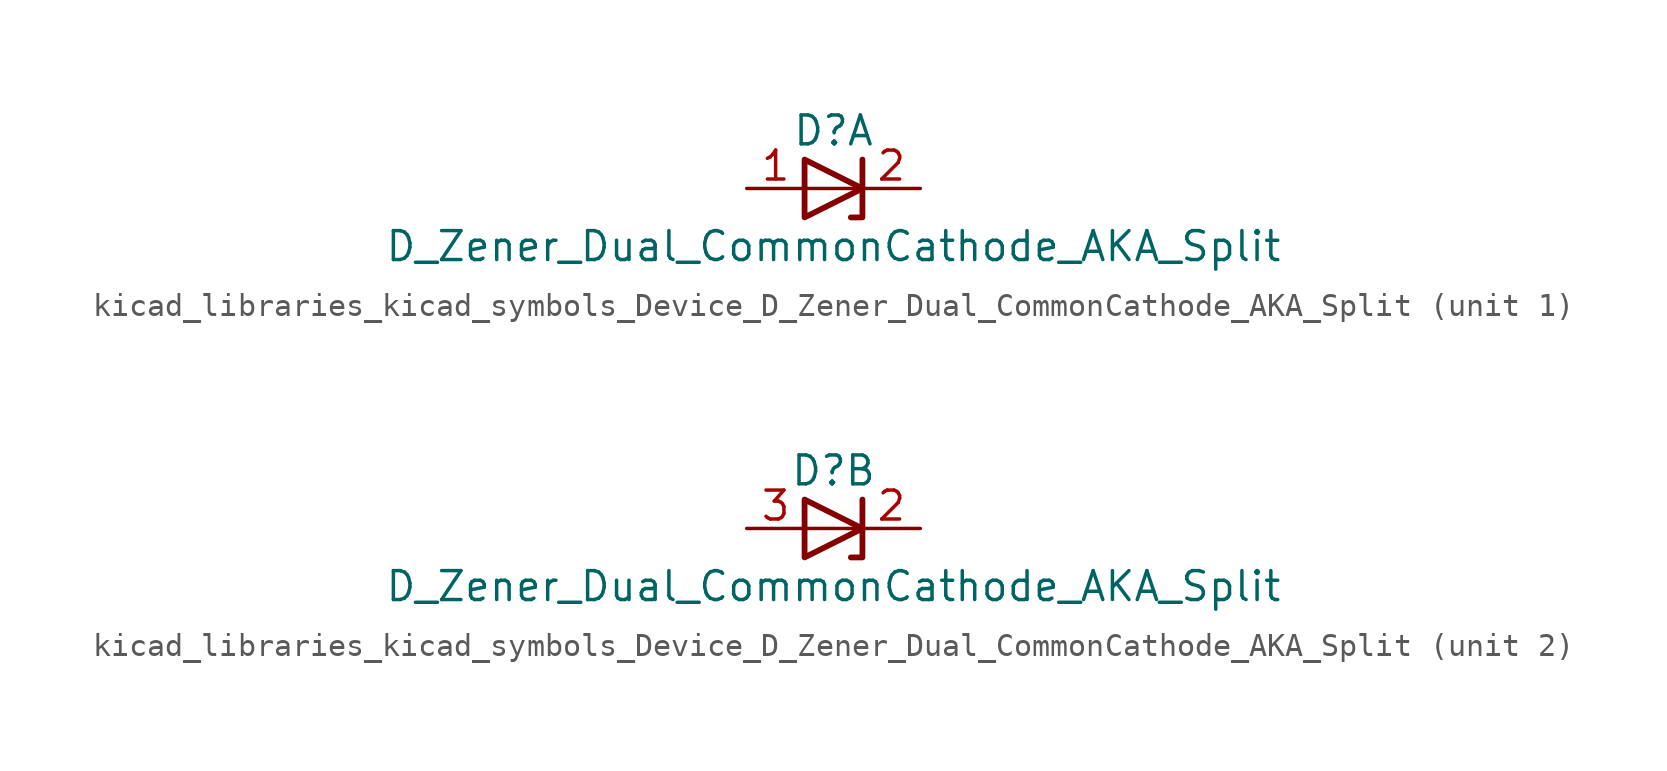
<source format=kicad_sym>
(kicad_symbol_lib
  (version 20220914)
  (generator kicad_symbol_editor)
  (symbol "kicad_libraries_kicad_symbols_Device_D_Zener_Dual_CommonCathode_AKA_Split"
    (pin_names
      (offset 0.762) hide)
    (property "Reference" "D"
      (at 0 2.54 0)
      (effects (font (size 1.27 1.27))))
    (property "Value" "D_Zener_Dual_CommonCathode_AKA_Split"
      (at 0 -2.54 0)
      (effects (font (size 1.27 1.27))))
    (property "ki_locked" ""
      (at 0 0 0)
      (effects (font (size 1.27 1.27))))
    (symbol "kicad_libraries_kicad_symbols_Device_D_Zener_Dual_CommonCathode_AKA_Split_0_0"
      (polyline (pts (xy 1.27 1.27) (xy 1.27 -1.27) (xy 0.762 -1.27)) (stroke (width 0.254) (type default)) (fill (type none))))
    (symbol "kicad_libraries_kicad_symbols_Device_D_Zener_Dual_CommonCathode_AKA_Split_0_1"
      (polyline (pts (xy 1.27 0) (xy -1.27 0)) (stroke (width 0) (type default)) (fill (type none)))
      (polyline (pts (xy -1.27 1.27) (xy 1.27 0) (xy -1.27 -1.27) (xy -1.27 1.27) (xy -1.27 1.27) (xy -1.27 1.27)) (stroke (width 0.254) (type default)) (fill (type none)))
      (pin passive line (at 3.81 0 180) (length 2.54) (name "K" (effects (font (size 1.27 1.27)))) (number "2" (effects (font (size 1.27 1.27))))))
    (symbol "kicad_libraries_kicad_symbols_Device_D_Zener_Dual_CommonCathode_AKA_Split_1_1"
      (pin passive line (at -3.81 0 0) (length 2.54) (name "A" (effects (font (size 1.27 1.27)))) (number "1" (effects (font (size 1.27 1.27))))))
    (symbol "kicad_libraries_kicad_symbols_Device_D_Zener_Dual_CommonCathode_AKA_Split_2_1"
      (pin passive line (at -3.81 0 0) (length 2.54) (name "K" (effects (font (size 1.27 1.27)))) (number "3" (effects (font (size 1.27 1.27))))))))
</source>
